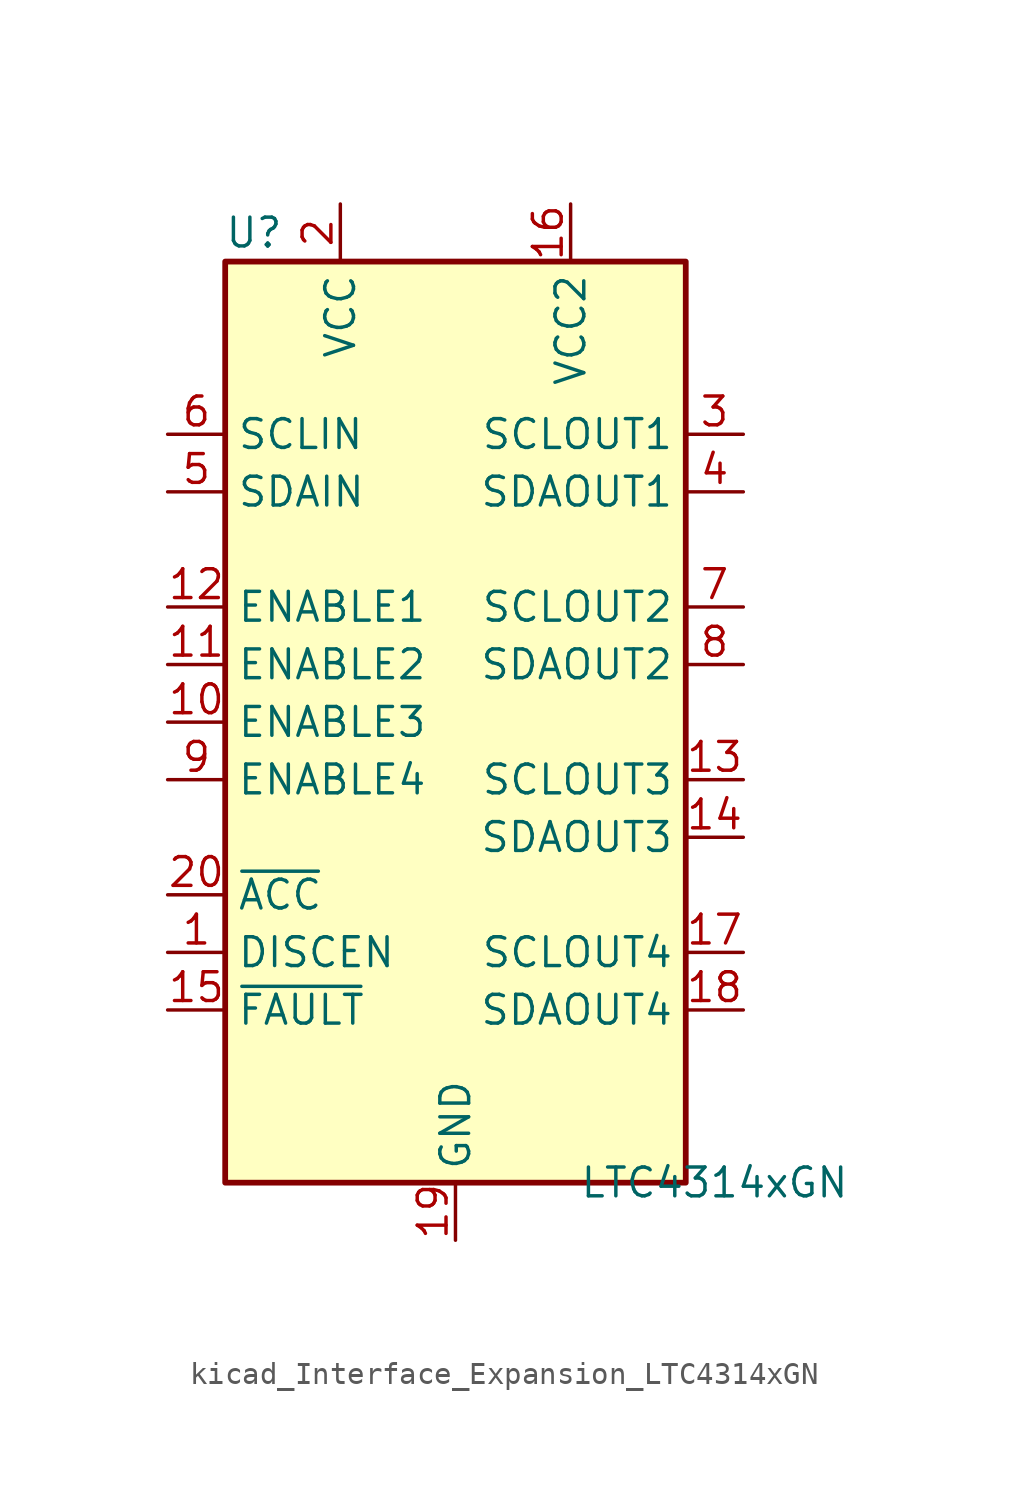
<source format=kicad_sym>
(kicad_symbol_lib
  (version 20220914)
  (generator kicad_symbol_editor)
  (symbol "kicad_Interface_Expansion_LTC4314xGN"
    (property "Reference" "U"
      (at -8.89 21.59 0)
      (effects (font (size 1.27 1.27))))
    (property "Value" "LTC4314xGN"
      (at 11.43 -20.32 0)
      (effects (font (size 1.27 1.27))))
    (symbol "kicad_Interface_Expansion_LTC4314xGN_0_0"
      (pin bidirectional line (at 12.7 12.7 180) (length 2.54) (name "SCLOUT1" (effects (font (size 1.27 1.27)))) (number "3" (effects (font (size 1.27 1.27))))))
    (symbol "kicad_Interface_Expansion_LTC4314xGN_0_1"
      (rectangle (start -10.16 20.32) (end 10.16 -20.32) (stroke (width 0.254) (type default)) (fill (type background))))
    (symbol "kicad_Interface_Expansion_LTC4314xGN_1_1"
      (pin input line (at -12.7 -10.16 0) (length 2.54) (name "DISCEN" (effects (font (size 1.27 1.27)))) (number "1" (effects (font (size 1.27 1.27)))))
      (pin input line (at -12.7 0 0) (length 2.54) (name "ENABLE3" (effects (font (size 1.27 1.27)))) (number "10" (effects (font (size 1.27 1.27)))))
      (pin input line (at -12.7 2.54 0) (length 2.54) (name "ENABLE2" (effects (font (size 1.27 1.27)))) (number "11" (effects (font (size 1.27 1.27)))))
      (pin input line (at -12.7 5.08 0) (length 2.54) (name "ENABLE1" (effects (font (size 1.27 1.27)))) (number "12" (effects (font (size 1.27 1.27)))))
      (pin bidirectional line (at 12.7 -2.54 180) (length 2.54) (name "SCLOUT3" (effects (font (size 1.27 1.27)))) (number "13" (effects (font (size 1.27 1.27)))))
      (pin bidirectional line (at 12.7 -5.08 180) (length 2.54) (name "SDAOUT3" (effects (font (size 1.27 1.27)))) (number "14" (effects (font (size 1.27 1.27)))))
      (pin open_collector line (at -12.7 -12.7 0) (length 2.54) (name "~{FAULT}" (effects (font (size 1.27 1.27)))) (number "15" (effects (font (size 1.27 1.27)))))
      (pin power_in line (at 5.08 22.86 270) (length 2.54) (name "VCC2" (effects (font (size 1.27 1.27)))) (number "16" (effects (font (size 1.27 1.27)))))
      (pin bidirectional line (at 12.7 -10.16 180) (length 2.54) (name "SCLOUT4" (effects (font (size 1.27 1.27)))) (number "17" (effects (font (size 1.27 1.27)))))
      (pin bidirectional line (at 12.7 -12.7 180) (length 2.54) (name "SDAOUT4" (effects (font (size 1.27 1.27)))) (number "18" (effects (font (size 1.27 1.27)))))
      (pin power_in line (at 0 -22.86 90) (length 2.54) (name "GND" (effects (font (size 1.27 1.27)))) (number "19" (effects (font (size 1.27 1.27)))))
      (pin power_in line (at -5.08 22.86 270) (length 2.54) (name "VCC" (effects (font (size 1.27 1.27)))) (number "2" (effects (font (size 1.27 1.27)))))
      (pin input line (at -12.7 -7.62 0) (length 2.54) (name "~{ACC}" (effects (font (size 1.27 1.27)))) (number "20" (effects (font (size 1.27 1.27)))))
      (pin bidirectional line (at 12.7 10.16 180) (length 2.54) (name "SDAOUT1" (effects (font (size 1.27 1.27)))) (number "4" (effects (font (size 1.27 1.27)))))
      (pin bidirectional line (at -12.7 10.16 0) (length 2.54) (name "SDAIN" (effects (font (size 1.27 1.27)))) (number "5" (effects (font (size 1.27 1.27)))))
      (pin bidirectional line (at -12.7 12.7 0) (length 2.54) (name "SCLIN" (effects (font (size 1.27 1.27)))) (number "6" (effects (font (size 1.27 1.27)))))
      (pin bidirectional line (at 12.7 5.08 180) (length 2.54) (name "SCLOUT2" (effects (font (size 1.27 1.27)))) (number "7" (effects (font (size 1.27 1.27)))))
      (pin bidirectional line (at 12.7 2.54 180) (length 2.54) (name "SDAOUT2" (effects (font (size 1.27 1.27)))) (number "8" (effects (font (size 1.27 1.27)))))
      (pin input line (at -12.7 -2.54 0) (length 2.54) (name "ENABLE4" (effects (font (size 1.27 1.27)))) (number "9" (effects (font (size 1.27 1.27))))))))
</source>
